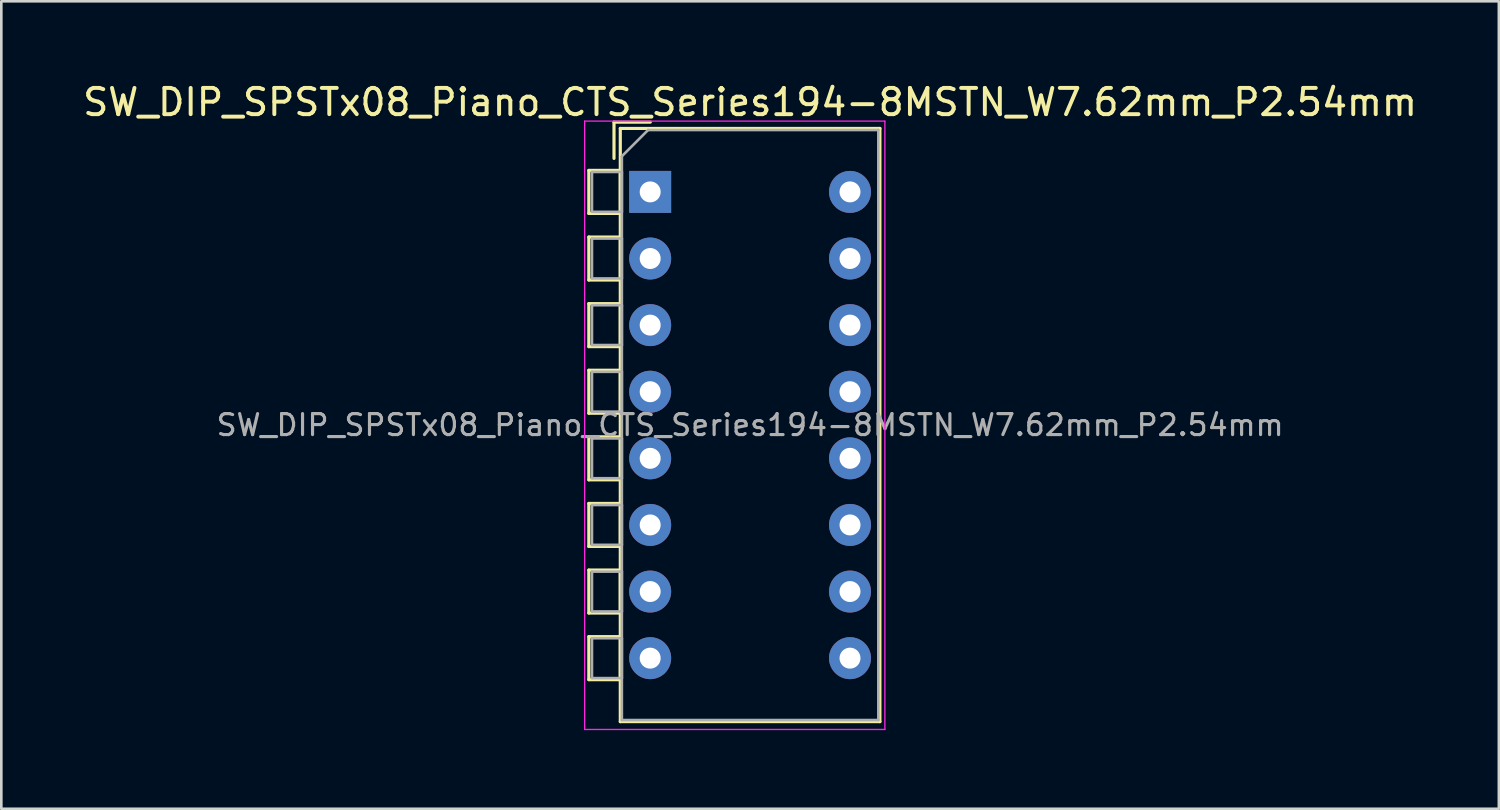
<source format=kicad_pcb>
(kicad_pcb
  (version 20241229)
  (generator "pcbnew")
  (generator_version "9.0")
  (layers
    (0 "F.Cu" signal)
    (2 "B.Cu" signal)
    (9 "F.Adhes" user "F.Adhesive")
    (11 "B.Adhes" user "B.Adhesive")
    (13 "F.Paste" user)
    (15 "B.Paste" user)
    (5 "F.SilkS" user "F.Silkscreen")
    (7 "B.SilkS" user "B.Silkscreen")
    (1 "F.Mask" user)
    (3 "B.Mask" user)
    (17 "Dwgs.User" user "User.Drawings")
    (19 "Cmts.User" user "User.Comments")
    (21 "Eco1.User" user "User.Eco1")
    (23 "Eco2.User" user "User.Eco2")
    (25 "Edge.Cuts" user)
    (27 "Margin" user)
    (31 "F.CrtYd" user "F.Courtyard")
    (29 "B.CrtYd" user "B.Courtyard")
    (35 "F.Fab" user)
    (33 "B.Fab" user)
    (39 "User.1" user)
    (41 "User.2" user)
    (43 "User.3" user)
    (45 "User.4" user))
  (footprint "SW_DIP_SPSTx08_Piano_CTS_Series194-8MSTN_W7.62mm_P2.54mm"
    (layer "F.Cu")
    (at 21.744 4.268)
    (property "Reference" "SW_DIP_SPSTx08_Piano_CTS_Series194-8MSTN_W7.62mm_P2.54mm" (at 3.81 -3.42 0) (layer "F.SilkS") (effects (font (size 1 1) (thickness 0.15))))
    (attr through_hole)
    (fp_line (start -2.34 -0.82) (end -2.34 0.82) (stroke (width 0.12) (type solid)) (layer "F.SilkS"))
    (fp_line (start -2.34 -0.82) (end -1.14 -0.82) (stroke (width 0.12) (type solid)) (layer "F.SilkS"))
    (fp_line (start -2.34 0.82) (end -1.14 0.82) (stroke (width 0.12) (type solid)) (layer "F.SilkS"))
    (fp_line (start -2.34 1.72) (end -2.34 3.361) (stroke (width 0.12) (type solid)) (layer "F.SilkS"))
    (fp_line (start -2.34 1.72) (end -1.14 1.72) (stroke (width 0.12) (type solid)) (layer "F.SilkS"))
    (fp_line (start -2.34 3.361) (end -1.14 3.361) (stroke (width 0.12) (type solid)) (layer "F.SilkS"))
    (fp_line (start -2.34 4.261) (end -2.34 5.9) (stroke (width 0.12) (type solid)) (layer "F.SilkS"))
    (fp_line (start -2.34 4.261) (end -1.14 4.261) (stroke (width 0.12) (type solid)) (layer "F.SilkS"))
    (fp_line (start -2.34 5.9) (end -1.14 5.9) (stroke (width 0.12) (type solid)) (layer "F.SilkS"))
    (fp_line (start -2.34 6.801) (end -2.34 8.441) (stroke (width 0.12) (type solid)) (layer "F.SilkS"))
    (fp_line (start -2.34 6.801) (end -1.14 6.801) (stroke (width 0.12) (type solid)) (layer "F.SilkS"))
    (fp_line (start -2.34 8.441) (end -1.14 8.441) (stroke (width 0.12) (type solid)) (layer "F.SilkS"))
    (fp_line (start -2.34 9.34) (end -2.34 10.98) (stroke (width 0.12) (type solid)) (layer "F.SilkS"))
    (fp_line (start -2.34 9.34) (end -1.14 9.34) (stroke (width 0.12) (type solid)) (layer "F.SilkS"))
    (fp_line (start -2.34 10.98) (end -1.14 10.98) (stroke (width 0.12) (type solid)) (layer "F.SilkS"))
    (fp_line (start -2.34 11.88) (end -2.34 13.52) (stroke (width 0.12) (type solid)) (layer "F.SilkS"))
    (fp_line (start -2.34 11.88) (end -1.14 11.88) (stroke (width 0.12) (type solid)) (layer "F.SilkS"))
    (fp_line (start -2.34 13.52) (end -1.14 13.52) (stroke (width 0.12) (type solid)) (layer "F.SilkS"))
    (fp_line (start -2.34 14.42) (end -2.34 16.06) (stroke (width 0.12) (type solid)) (layer "F.SilkS"))
    (fp_line (start -2.34 14.42) (end -1.14 14.42) (stroke (width 0.12) (type solid)) (layer "F.SilkS"))
    (fp_line (start -2.34 16.06) (end -1.14 16.06) (stroke (width 0.12) (type solid)) (layer "F.SilkS"))
    (fp_line (start -2.34 16.96) (end -2.34 18.6) (stroke (width 0.12) (type solid)) (layer "F.SilkS"))
    (fp_line (start -2.34 16.96) (end -1.14 16.96) (stroke (width 0.12) (type solid)) (layer "F.SilkS"))
    (fp_line (start -2.34 18.6) (end -1.14 18.6) (stroke (width 0.12) (type solid)) (layer "F.SilkS"))
    (fp_line (start -1.38 -2.66) (end -1.38 -1.277) (stroke (width 0.12) (type solid)) (layer "F.SilkS"))
    (fp_line (start -1.38 -2.66) (end 0.004 -2.66) (stroke (width 0.12) (type solid)) (layer "F.SilkS"))
    (fp_line (start -1.14 -2.42) (end -1.14 20.201) (stroke (width 0.12) (type solid)) (layer "F.SilkS"))
    (fp_line (start -1.14 -2.42) (end 8.76 -2.42) (stroke (width 0.12) (type solid)) (layer "F.SilkS"))
    (fp_line (start -1.14 -0.82) (end -1.14 0.82) (stroke (width 0.12) (type solid)) (layer "F.SilkS"))
    (fp_line (start -1.14 1.72) (end -1.14 3.361) (stroke (width 0.12) (type solid)) (layer "F.SilkS"))
    (fp_line (start -1.14 4.261) (end -1.14 5.9) (stroke (width 0.12) (type solid)) (layer "F.SilkS"))
    (fp_line (start -1.14 6.801) (end -1.14 8.441) (stroke (width 0.12) (type solid)) (layer "F.SilkS"))
    (fp_line (start -1.14 9.34) (end -1.14 10.98) (stroke (width 0.12) (type solid)) (layer "F.SilkS"))
    (fp_line (start -1.14 11.88) (end -1.14 13.52) (stroke (width 0.12) (type solid)) (layer "F.SilkS"))
    (fp_line (start -1.14 14.42) (end -1.14 16.06) (stroke (width 0.12) (type solid)) (layer "F.SilkS"))
    (fp_line (start -1.14 16.96) (end -1.14 18.6) (stroke (width 0.12) (type solid)) (layer "F.SilkS"))
    (fp_line (start -1.14 20.201) (end 8.76 20.201) (stroke (width 0.12) (type solid)) (layer "F.SilkS"))
    (fp_line (start 8.76 -2.42) (end 8.76 20.201) (stroke (width 0.12) (type solid)) (layer "F.SilkS"))
    (fp_line (start -2.5 -2.7) (end -2.5 20.5) (stroke (width 0.05) (type solid)) (layer "F.CrtYd"))
    (fp_line (start -2.5 20.5) (end 8.95 20.5) (stroke (width 0.05) (type solid)) (layer "F.CrtYd"))
    (fp_line (start 8.95 -2.7) (end -2.5 -2.7) (stroke (width 0.05) (type solid)) (layer "F.CrtYd"))
    (fp_line (start 8.95 20.5) (end 8.95 -2.7) (stroke (width 0.05) (type solid)) (layer "F.CrtYd"))
    (fp_line (start -2.22 -0.76) (end -1.08 -0.76) (stroke (width 0.1) (type solid)) (layer "F.Fab"))
    (fp_line (start -2.22 0.76) (end -2.22 -0.76) (stroke (width 0.1) (type solid)) (layer "F.Fab"))
    (fp_line (start -2.22 1.78) (end -1.08 1.78) (stroke (width 0.1) (type solid)) (layer "F.Fab"))
    (fp_line (start -2.22 3.3) (end -2.22 1.78) (stroke (width 0.1) (type solid)) (layer "F.Fab"))
    (fp_line (start -2.22 4.32) (end -1.08 4.32) (stroke (width 0.1) (type solid)) (layer "F.Fab"))
    (fp_line (start -2.22 5.84) (end -2.22 4.32) (stroke (width 0.1) (type solid)) (layer "F.Fab"))
    (fp_line (start -2.22 6.86) (end -1.08 6.86) (stroke (width 0.1) (type solid)) (layer "F.Fab"))
    (fp_line (start -2.22 8.38) (end -2.22 6.86) (stroke (width 0.1) (type solid)) (layer "F.Fab"))
    (fp_line (start -2.22 9.4) (end -1.08 9.4) (stroke (width 0.1) (type solid)) (layer "F.Fab"))
    (fp_line (start -2.22 10.92) (end -2.22 9.4) (stroke (width 0.1) (type solid)) (layer "F.Fab"))
    (fp_line (start -2.22 11.94) (end -1.08 11.94) (stroke (width 0.1) (type solid)) (layer "F.Fab"))
    (fp_line (start -2.22 13.46) (end -2.22 11.94) (stroke (width 0.1) (type solid)) (layer "F.Fab"))
    (fp_line (start -2.22 14.48) (end -1.08 14.48) (stroke (width 0.1) (type solid)) (layer "F.Fab"))
    (fp_line (start -2.22 16) (end -2.22 14.48) (stroke (width 0.1) (type solid)) (layer "F.Fab"))
    (fp_line (start -2.22 17.02) (end -1.08 17.02) (stroke (width 0.1) (type solid)) (layer "F.Fab"))
    (fp_line (start -2.22 18.54) (end -2.22 17.02) (stroke (width 0.1) (type solid)) (layer "F.Fab"))
    (fp_line (start -1.08 -1.36) (end -0.08 -2.36) (stroke (width 0.1) (type solid)) (layer "F.Fab"))
    (fp_line (start -1.08 -0.76) (end -1.08 0.76) (stroke (width 0.1) (type solid)) (layer "F.Fab"))
    (fp_line (start -1.08 0.76) (end -2.22 0.76) (stroke (width 0.1) (type solid)) (layer "F.Fab"))
    (fp_line (start -1.08 1.78) (end -1.08 3.3) (stroke (width 0.1) (type solid)) (layer "F.Fab"))
    (fp_line (start -1.08 3.3) (end -2.22 3.3) (stroke (width 0.1) (type solid)) (layer "F.Fab"))
    (fp_line (start -1.08 4.32) (end -1.08 5.84) (stroke (width 0.1) (type solid)) (layer "F.Fab"))
    (fp_line (start -1.08 5.84) (end -2.22 5.84) (stroke (width 0.1) (type solid)) (layer "F.Fab"))
    (fp_line (start -1.08 6.86) (end -1.08 8.38) (stroke (width 0.1) (type solid)) (layer "F.Fab"))
    (fp_line (start -1.08 8.38) (end -2.22 8.38) (stroke (width 0.1) (type solid)) (layer "F.Fab"))
    (fp_line (start -1.08 9.4) (end -1.08 10.92) (stroke (width 0.1) (type solid)) (layer "F.Fab"))
    (fp_line (start -1.08 10.92) (end -2.22 10.92) (stroke (width 0.1) (type solid)) (layer "F.Fab"))
    (fp_line (start -1.08 11.94) (end -1.08 13.46) (stroke (width 0.1) (type solid)) (layer "F.Fab"))
    (fp_line (start -1.08 13.46) (end -2.22 13.46) (stroke (width 0.1) (type solid)) (layer "F.Fab"))
    (fp_line (start -1.08 14.48) (end -1.08 16) (stroke (width 0.1) (type solid)) (layer "F.Fab"))
    (fp_line (start -1.08 16) (end -2.22 16) (stroke (width 0.1) (type solid)) (layer "F.Fab"))
    (fp_line (start -1.08 17.02) (end -1.08 18.54) (stroke (width 0.1) (type solid)) (layer "F.Fab"))
    (fp_line (start -1.08 18.54) (end -2.22 18.54) (stroke (width 0.1) (type solid)) (layer "F.Fab"))
    (fp_line (start -1.08 20.14) (end -1.08 -1.36) (stroke (width 0.1) (type solid)) (layer "F.Fab"))
    (fp_line (start -0.08 -2.36) (end 8.7 -2.36) (stroke (width 0.1) (type solid)) (layer "F.Fab"))
    (fp_line (start 8.7 -2.36) (end 8.7 20.14) (stroke (width 0.1) (type solid)) (layer "F.Fab"))
    (fp_line (start 8.7 20.14) (end -1.08 20.14) (stroke (width 0.1) (type solid)) (layer "F.Fab"))
    (fp_text user "${REFERENCE}" (at 3.81 8.89 0) (layer "F.Fab") (effects (font (size 0.8 0.8) (thickness 0.12))))
    (pad "1" thru_hole rect (at 0 0) (size 1.6 1.6) (drill 0.8) (layers "*.Cu" "*.Mask"))
    (pad "2" thru_hole oval (at 0 2.54) (size 1.6 1.6) (drill 0.8) (layers "*.Cu" "*.Mask"))
    (pad "3" thru_hole oval (at 0 5.08) (size 1.6 1.6) (drill 0.8) (layers "*.Cu" "*.Mask"))
    (pad "4" thru_hole oval (at 0 7.62) (size 1.6 1.6) (drill 0.8) (layers "*.Cu" "*.Mask"))
    (pad "5" thru_hole oval (at 0 10.16) (size 1.6 1.6) (drill 0.8) (layers "*.Cu" "*.Mask"))
    (pad "6" thru_hole oval (at 0 12.7) (size 1.6 1.6) (drill 0.8) (layers "*.Cu" "*.Mask"))
    (pad "7" thru_hole oval (at 0 15.24) (size 1.6 1.6) (drill 0.8) (layers "*.Cu" "*.Mask"))
    (pad "8" thru_hole oval (at 0 17.78) (size 1.6 1.6) (drill 0.8) (layers "*.Cu" "*.Mask"))
    (pad "9" thru_hole oval (at 7.62 17.78) (size 1.6 1.6) (drill 0.8) (layers "*.Cu" "*.Mask"))
    (pad "10" thru_hole oval (at 7.62 15.24) (size 1.6 1.6) (drill 0.8) (layers "*.Cu" "*.Mask"))
    (pad "11" thru_hole oval (at 7.62 12.7) (size 1.6 1.6) (drill 0.8) (layers "*.Cu" "*.Mask"))
    (pad "12" thru_hole oval (at 7.62 10.16) (size 1.6 1.6) (drill 0.8) (layers "*.Cu" "*.Mask"))
    (pad "13" thru_hole oval (at 7.62 7.62) (size 1.6 1.6) (drill 0.8) (layers "*.Cu" "*.Mask"))
    (pad "14" thru_hole oval (at 7.62 5.08) (size 1.6 1.6) (drill 0.8) (layers "*.Cu" "*.Mask"))
    (pad "15" thru_hole oval (at 7.62 2.54) (size 1.6 1.6) (drill 0.8) (layers "*.Cu" "*.Mask"))
    (pad "16" thru_hole oval (at 7.62 0) (size 1.6 1.6) (drill 0.8) (layers "*.Cu" "*.Mask")))
  (gr_rect
    (start -3 -3)
    (end 54.107 27.793)
    (stroke (width 0.1) (type default))
    (fill no)
    (layer "Edge.Cuts")))
</source>
